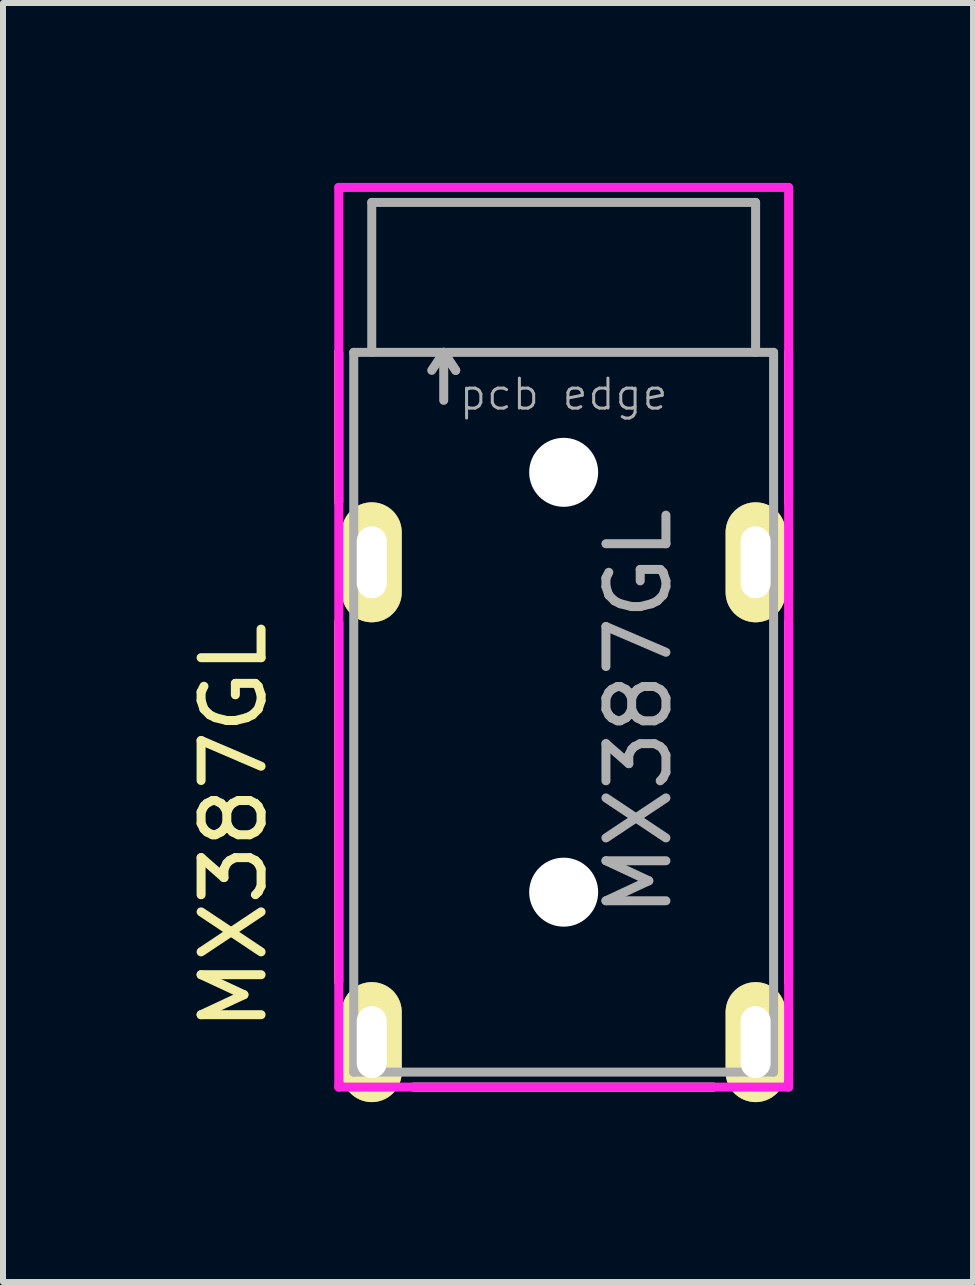
<source format=kicad_pcb>
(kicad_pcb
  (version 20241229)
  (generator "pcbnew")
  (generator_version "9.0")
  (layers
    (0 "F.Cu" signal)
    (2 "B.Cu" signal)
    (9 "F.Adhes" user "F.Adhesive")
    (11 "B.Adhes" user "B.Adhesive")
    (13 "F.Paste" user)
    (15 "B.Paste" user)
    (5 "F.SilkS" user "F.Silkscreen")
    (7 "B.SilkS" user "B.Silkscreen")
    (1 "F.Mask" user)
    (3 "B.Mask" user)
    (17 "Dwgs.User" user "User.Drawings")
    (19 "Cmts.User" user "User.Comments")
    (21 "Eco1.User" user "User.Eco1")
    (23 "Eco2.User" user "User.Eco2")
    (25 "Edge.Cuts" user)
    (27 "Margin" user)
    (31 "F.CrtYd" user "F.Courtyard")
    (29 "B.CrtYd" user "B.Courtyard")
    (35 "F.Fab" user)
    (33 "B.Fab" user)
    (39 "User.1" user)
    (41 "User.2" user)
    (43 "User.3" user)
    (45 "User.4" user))
  (footprint "MX387GL"
    (layer "F.Cu")
    (at 6.348 0.325)
    (property "Reference" "MX387GL" (at -5.5 10.4 90) (layer "F.SilkS") (effects (font (size 1 1) (thickness 0.15))))
    (attr smd)
    (fp_line (start -3.75 2.5) (end -3.75 5) (stroke (width 0.15) (type solid)) (layer "F.SilkS"))
    (fp_line (start -3.75 7) (end -3.75 13) (stroke (width 0.15) (type solid)) (layer "F.SilkS"))
    (fp_line (start -2.5 14.75) (end 2.5 14.75) (stroke (width 0.15) (type solid)) (layer "F.SilkS"))
    (fp_line (start 3.75 5) (end 3.75 2.5) (stroke (width 0.15) (type solid)) (layer "F.SilkS"))
    (fp_line (start 3.75 13) (end 3.75 7) (stroke (width 0.15) (type solid)) (layer "F.SilkS"))
    (fp_line (start -3.75 -0.25) (end -3.75 14.75) (stroke (width 0.15) (type solid)) (layer "F.CrtYd"))
    (fp_line (start -3.75 14.75) (end 3.75 14.75) (stroke (width 0.15) (type solid)) (layer "F.CrtYd"))
    (fp_line (start 3.75 -0.25) (end -3.75 -0.25) (stroke (width 0.15) (type solid)) (layer "F.CrtYd"))
    (fp_line (start 3.75 14.75) (end 3.75 -0.25) (stroke (width 0.15) (type solid)) (layer "F.CrtYd"))
    (fp_line (start -3.5 2.5) (end 3.5 2.5) (stroke (width 0.15) (type solid)) (layer "F.Fab"))
    (fp_line (start -3.5 14.5) (end -3.5 2.5) (stroke (width 0.15) (type solid)) (layer "F.Fab"))
    (fp_line (start -3.5 14.5) (end 3.5 14.5) (stroke (width 0.15) (type solid)) (layer "F.Fab"))
    (fp_line (start -3.2 0) (end -3.2 2.5) (stroke (width 0.15) (type solid)) (layer "F.Fab"))
    (fp_line (start -3.2 0) (end 3.2 0) (stroke (width 0.15) (type solid)) (layer "F.Fab"))
    (fp_line (start -2.2 2.8) (end -2 2.5) (stroke (width 0.15) (type solid)) (layer "F.Fab"))
    (fp_line (start -2 2.5) (end -1.8 2.8) (stroke (width 0.15) (type solid)) (layer "F.Fab"))
    (fp_line (start -2 3.3) (end -2 2.5) (stroke (width 0.15) (type solid)) (layer "F.Fab"))
    (fp_line (start -1.8 2.8) (end -2 2.5) (stroke (width 0.15) (type solid)) (layer "F.Fab"))
    (fp_line (start 3.2 0) (end 3.2 2.5) (stroke (width 0.15) (type solid)) (layer "F.Fab"))
    (fp_line (start 3.5 2.5) (end 3.5 14.5) (stroke (width 0.15) (type solid)) (layer "F.Fab"))
    (fp_text user "pcb edge" (at 0 3.2 0) (layer "F.Fab") (effects (font (size 0.5 0.5) (thickness 0.05))))
    (fp_text user "${REFERENCE}" (at 1.25 8.5 90) (layer "F.Fab") (effects (font (size 1 1) (thickness 0.15))))
    (pad "" np_thru_hole circle (at 0 4.5) (size 1.15 1.15) (drill 1.15) (layers "*.Cu" "*.Mask"))
    (pad "" np_thru_hole circle (at 0 11.5) (size 1.15 1.15) (drill 1.15) (layers "*.Cu" "*.Mask"))
    (pad "1" thru_hole oval (at -3.2 14) (size 1 2) (drill oval 0.5 1.2) (layers "*.Cu" "*.Mask" "F.SilkS"))
    (pad "2" thru_hole oval (at -3.2 6) (size 1 2) (drill oval 0.5 1.2) (layers "*.Cu" "*.Mask" "F.SilkS"))
    (pad "2" thru_hole oval (at 3.2 6) (size 1 2) (drill oval 0.5 1.2) (layers "*.Cu" "*.Mask" "F.SilkS"))
    (pad "3" thru_hole oval (at 3.2 14) (size 1 2) (drill oval 0.5 1.2) (layers "*.Cu" "*.Mask" "F.SilkS")))
  (gr_rect
    (start -3 -3)
    (end 13.173 18.325)
    (stroke (width 0.1) (type default))
    (fill no)
    (layer "Edge.Cuts")))
</source>
